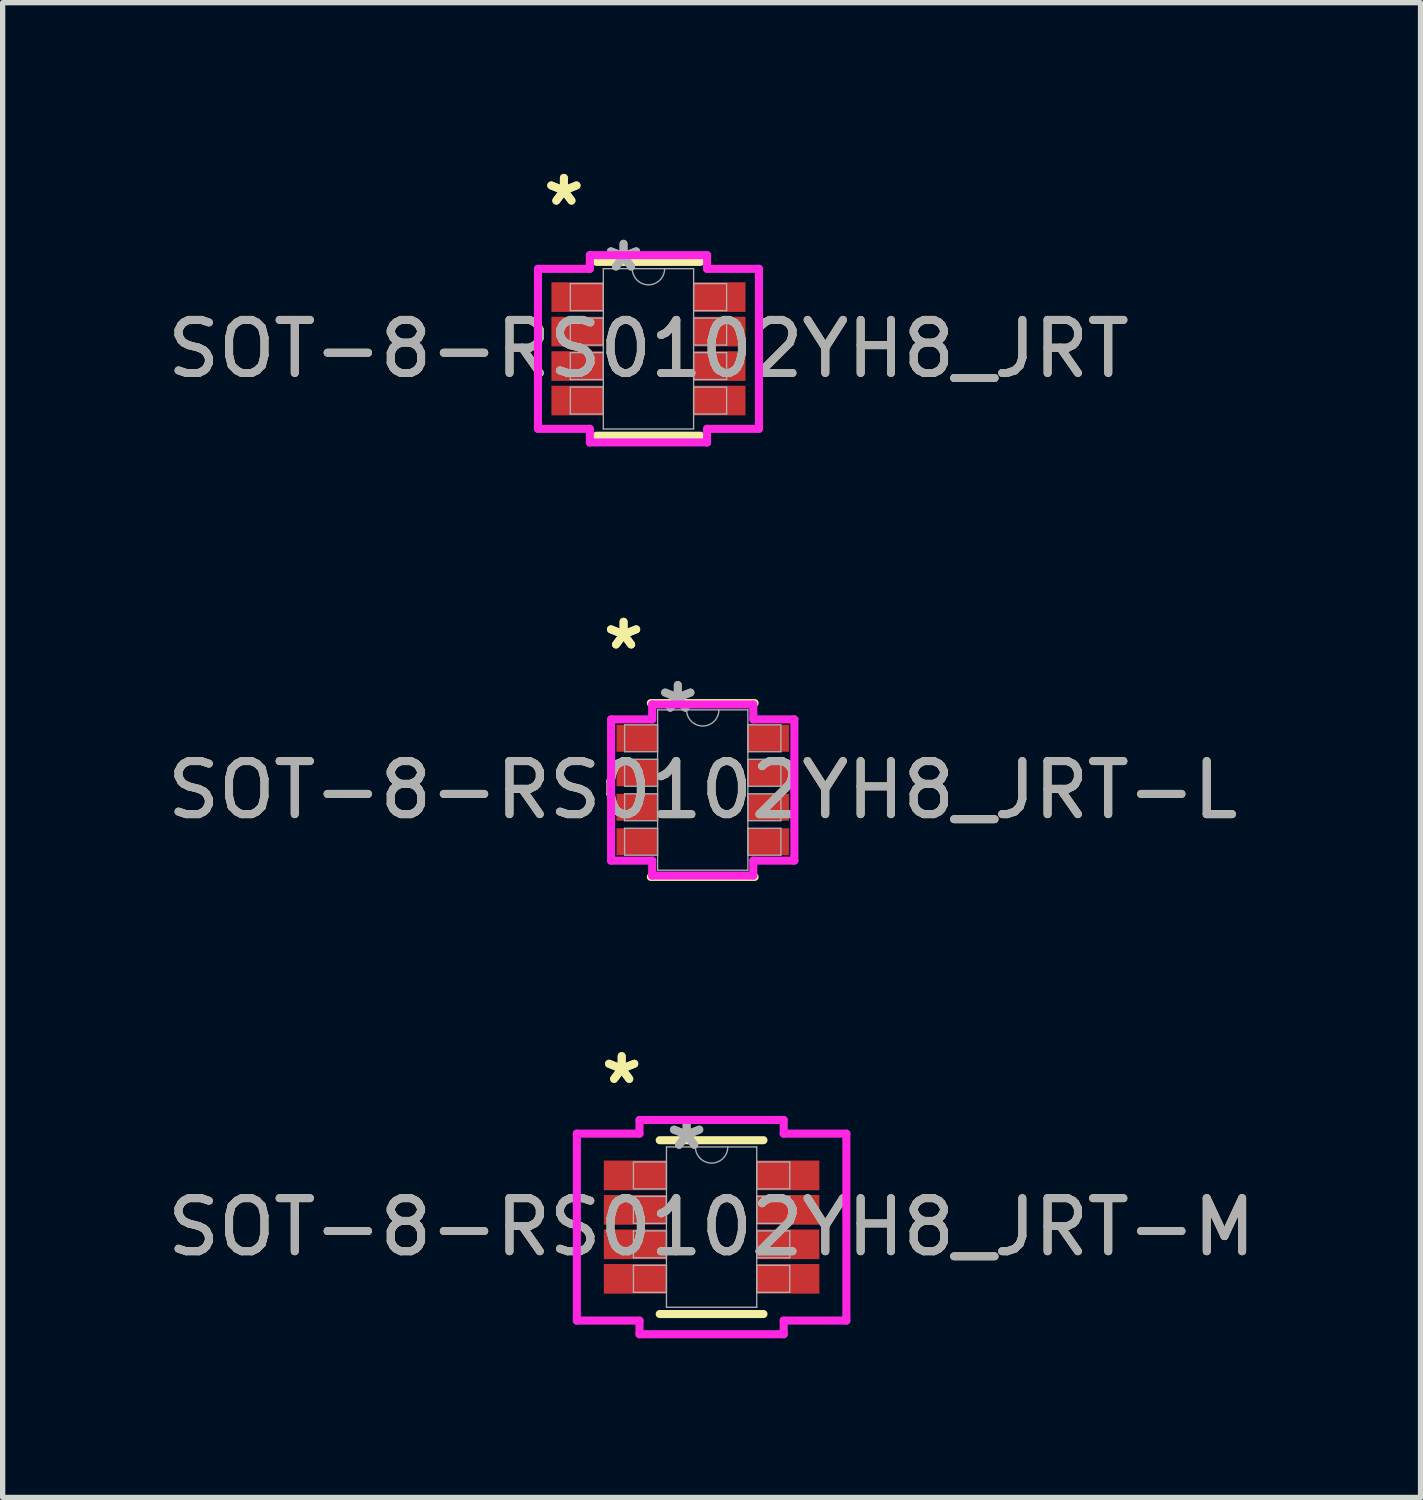
<source format=kicad_pcb>
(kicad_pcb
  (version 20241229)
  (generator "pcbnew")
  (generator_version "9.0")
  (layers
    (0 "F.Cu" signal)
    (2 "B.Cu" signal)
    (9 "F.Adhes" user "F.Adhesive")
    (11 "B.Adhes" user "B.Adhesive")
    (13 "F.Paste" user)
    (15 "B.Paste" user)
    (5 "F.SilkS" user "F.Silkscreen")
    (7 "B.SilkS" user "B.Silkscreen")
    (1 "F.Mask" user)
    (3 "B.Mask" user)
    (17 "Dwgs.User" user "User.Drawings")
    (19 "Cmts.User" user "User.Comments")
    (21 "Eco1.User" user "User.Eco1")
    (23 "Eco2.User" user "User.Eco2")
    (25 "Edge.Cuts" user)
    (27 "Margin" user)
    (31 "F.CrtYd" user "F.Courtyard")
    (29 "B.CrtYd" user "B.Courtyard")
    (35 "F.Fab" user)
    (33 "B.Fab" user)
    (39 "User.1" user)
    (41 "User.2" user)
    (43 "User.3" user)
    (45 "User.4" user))
  (footprint "SOT-8-RS0102YH8_JRT-L"
    (layer "F.Cu")
    (at 10.196 11.841)
    (property "Reference" "SOT-8-RS0102YH8_JRT-L" (at 0 0 0) (unlocked yes) (layer "F.SilkS") (effects (font (size 1 1) (thickness 0.15))))
    (attr smd)
    (fp_line (start -0.978 1.638) (end 0.978 1.638) (stroke (width 0.152) (type solid)) (layer "F.SilkS"))
    (fp_line (start 0.978 -1.638) (end -0.978 -1.638) (stroke (width 0.152) (type solid)) (layer "F.SilkS"))
    (fp_line (start -1.727 -1.331) (end -0.953 -1.331) (stroke (width 0.152) (type solid)) (layer "F.CrtYd"))
    (fp_line (start -1.727 1.331) (end -1.727 -1.331) (stroke (width 0.152) (type solid)) (layer "F.CrtYd"))
    (fp_line (start -1.727 1.331) (end -0.953 1.331) (stroke (width 0.152) (type solid)) (layer "F.CrtYd"))
    (fp_line (start -0.953 -1.613) (end 0.953 -1.613) (stroke (width 0.152) (type solid)) (layer "F.CrtYd"))
    (fp_line (start -0.953 -1.331) (end -0.953 -1.613) (stroke (width 0.152) (type solid)) (layer "F.CrtYd"))
    (fp_line (start -0.953 1.613) (end -0.953 1.331) (stroke (width 0.152) (type solid)) (layer "F.CrtYd"))
    (fp_line (start 0.953 -1.613) (end 0.953 -1.331) (stroke (width 0.152) (type solid)) (layer "F.CrtYd"))
    (fp_line (start 0.953 1.331) (end 0.953 1.613) (stroke (width 0.152) (type solid)) (layer "F.CrtYd"))
    (fp_line (start 0.953 1.613) (end -0.953 1.613) (stroke (width 0.152) (type solid)) (layer "F.CrtYd"))
    (fp_line (start 1.727 -1.331) (end 0.953 -1.331) (stroke (width 0.152) (type solid)) (layer "F.CrtYd"))
    (fp_line (start 1.727 -1.331) (end 1.727 1.331) (stroke (width 0.152) (type solid)) (layer "F.CrtYd"))
    (fp_line (start 1.727 1.331) (end 0.953 1.331) (stroke (width 0.152) (type solid)) (layer "F.CrtYd"))
    (fp_line (start -1.473 -1.229) (end -1.473 -0.721) (stroke (width 0.025) (type solid)) (layer "F.Fab"))
    (fp_line (start -1.473 -0.721) (end -0.851 -0.721) (stroke (width 0.025) (type solid)) (layer "F.Fab"))
    (fp_line (start -1.473 -0.579) (end -1.473 -0.071) (stroke (width 0.025) (type solid)) (layer "F.Fab"))
    (fp_line (start -1.473 -0.071) (end -0.851 -0.071) (stroke (width 0.025) (type solid)) (layer "F.Fab"))
    (fp_line (start -1.473 0.071) (end -1.473 0.579) (stroke (width 0.025) (type solid)) (layer "F.Fab"))
    (fp_line (start -1.473 0.579) (end -0.851 0.579) (stroke (width 0.025) (type solid)) (layer "F.Fab"))
    (fp_line (start -1.473 0.721) (end -1.473 1.229) (stroke (width 0.025) (type solid)) (layer "F.Fab"))
    (fp_line (start -1.473 1.229) (end -0.851 1.229) (stroke (width 0.025) (type solid)) (layer "F.Fab"))
    (fp_line (start -0.851 -1.511) (end -0.851 1.511) (stroke (width 0.025) (type solid)) (layer "F.Fab"))
    (fp_line (start -0.851 -1.229) (end -1.473 -1.229) (stroke (width 0.025) (type solid)) (layer "F.Fab"))
    (fp_line (start -0.851 -0.721) (end -0.851 -1.229) (stroke (width 0.025) (type solid)) (layer "F.Fab"))
    (fp_line (start -0.851 -0.579) (end -1.473 -0.579) (stroke (width 0.025) (type solid)) (layer "F.Fab"))
    (fp_line (start -0.851 -0.071) (end -0.851 -0.579) (stroke (width 0.025) (type solid)) (layer "F.Fab"))
    (fp_line (start -0.851 0.071) (end -1.473 0.071) (stroke (width 0.025) (type solid)) (layer "F.Fab"))
    (fp_line (start -0.851 0.579) (end -0.851 0.071) (stroke (width 0.025) (type solid)) (layer "F.Fab"))
    (fp_line (start -0.851 0.721) (end -1.473 0.721) (stroke (width 0.025) (type solid)) (layer "F.Fab"))
    (fp_line (start -0.851 1.229) (end -0.851 0.721) (stroke (width 0.025) (type solid)) (layer "F.Fab"))
    (fp_line (start -0.851 1.511) (end 0.851 1.511) (stroke (width 0.025) (type solid)) (layer "F.Fab"))
    (fp_line (start 0.851 -1.511) (end -0.851 -1.511) (stroke (width 0.025) (type solid)) (layer "F.Fab"))
    (fp_line (start 0.851 -1.229) (end 0.851 -0.721) (stroke (width 0.025) (type solid)) (layer "F.Fab"))
    (fp_line (start 0.851 -0.721) (end 1.473 -0.721) (stroke (width 0.025) (type solid)) (layer "F.Fab"))
    (fp_line (start 0.851 -0.579) (end 0.851 -0.071) (stroke (width 0.025) (type solid)) (layer "F.Fab"))
    (fp_line (start 0.851 -0.071) (end 1.473 -0.071) (stroke (width 0.025) (type solid)) (layer "F.Fab"))
    (fp_line (start 0.851 0.071) (end 0.851 0.579) (stroke (width 0.025) (type solid)) (layer "F.Fab"))
    (fp_line (start 0.851 0.579) (end 1.473 0.579) (stroke (width 0.025) (type solid)) (layer "F.Fab"))
    (fp_line (start 0.851 0.721) (end 0.851 1.229) (stroke (width 0.025) (type solid)) (layer "F.Fab"))
    (fp_line (start 0.851 1.229) (end 1.473 1.229) (stroke (width 0.025) (type solid)) (layer "F.Fab"))
    (fp_line (start 0.851 1.511) (end 0.851 -1.511) (stroke (width 0.025) (type solid)) (layer "F.Fab"))
    (fp_line (start 1.473 -1.229) (end 0.851 -1.229) (stroke (width 0.025) (type solid)) (layer "F.Fab"))
    (fp_line (start 1.473 -0.721) (end 1.473 -1.229) (stroke (width 0.025) (type solid)) (layer "F.Fab"))
    (fp_line (start 1.473 -0.579) (end 0.851 -0.579) (stroke (width 0.025) (type solid)) (layer "F.Fab"))
    (fp_line (start 1.473 -0.071) (end 1.473 -0.579) (stroke (width 0.025) (type solid)) (layer "F.Fab"))
    (fp_line (start 1.473 0.071) (end 0.851 0.071) (stroke (width 0.025) (type solid)) (layer "F.Fab"))
    (fp_line (start 1.473 0.579) (end 1.473 0.071) (stroke (width 0.025) (type solid)) (layer "F.Fab"))
    (fp_line (start 1.473 0.721) (end 0.851 0.721) (stroke (width 0.025) (type solid)) (layer "F.Fab"))
    (fp_line (start 1.473 1.229) (end 1.473 0.721) (stroke (width 0.025) (type solid)) (layer "F.Fab"))
    (fp_arc (start 0.3048 -1.5113) (mid 0 -1.2065) (end -0.3048 -1.5113) (stroke (width 0.0254) (type solid)) (layer "F.Fab"))
    (fp_text user "*" (at -1.492 -2.626 0) (layer "F.SilkS") (effects (font (size 1 1) (thickness 0.15))))
    (fp_text user "*" (at -1.492 -2.626 0) (unlocked yes) (layer "F.SilkS") (effects (font (size 1 1) (thickness 0.15))))
    (fp_text user "${REFERENCE}" (at 0 0 0) (unlocked yes) (layer "F.Fab") (effects (font (size 1 1) (thickness 0.15))))
    (fp_text user "*" (at -0.47 -1.435 0) (unlocked yes) (layer "F.Fab") (effects (font (size 1 1) (thickness 0.15))))
    (fp_text user "*" (at -0.47 -1.435 0) (layer "F.Fab") (effects (font (size 1 1) (thickness 0.15))))
    (pad "1" smd rect (at -1.238 -0.975) (size 0.775 0.508) (layers "F.Cu" "F.Mask" "F.Paste"))
    (pad "2" smd rect (at -1.238 -0.325) (size 0.775 0.508) (layers "F.Cu" "F.Mask" "F.Paste"))
    (pad "3" smd rect (at -1.238 0.325) (size 0.775 0.508) (layers "F.Cu" "F.Mask" "F.Paste"))
    (pad "4" smd rect (at -1.238 0.975) (size 0.775 0.508) (layers "F.Cu" "F.Mask" "F.Paste"))
    (pad "5" smd rect (at 1.238 0.975) (size 0.775 0.508) (layers "F.Cu" "F.Mask" "F.Paste"))
    (pad "6" smd rect (at 1.238 0.325) (size 0.775 0.508) (layers "F.Cu" "F.Mask" "F.Paste"))
    (pad "7" smd rect (at 1.238 -0.325) (size 0.775 0.508) (layers "F.Cu" "F.Mask" "F.Paste"))
    (pad "8" smd rect (at 1.238 -0.975) (size 0.775 0.508) (layers "F.Cu" "F.Mask" "F.Paste")))
  (footprint "SOT-8-RS0102YH8_JRT-M"
    (layer "F.Cu")
    (at 10.363 20.08)
    (property "Reference" "SOT-8-RS0102YH8_JRT-M" (at 0 0 0) (unlocked yes) (layer "F.SilkS") (effects (font (size 1 1) (thickness 0.15))))
    (attr smd)
    (fp_line (start -0.978 1.638) (end 0.978 1.638) (stroke (width 0.152) (type solid)) (layer "F.SilkS"))
    (fp_line (start 0.978 -1.638) (end -0.978 -1.638) (stroke (width 0.152) (type solid)) (layer "F.SilkS"))
    (fp_line (start -2.54 -1.762) (end -1.359 -1.762) (stroke (width 0.152) (type solid)) (layer "F.CrtYd"))
    (fp_line (start -2.54 1.762) (end -2.54 -1.762) (stroke (width 0.152) (type solid)) (layer "F.CrtYd"))
    (fp_line (start -2.54 1.762) (end -1.359 1.762) (stroke (width 0.152) (type solid)) (layer "F.CrtYd"))
    (fp_line (start -1.359 -2.019) (end 1.359 -2.019) (stroke (width 0.152) (type solid)) (layer "F.CrtYd"))
    (fp_line (start -1.359 -1.762) (end -1.359 -2.019) (stroke (width 0.152) (type solid)) (layer "F.CrtYd"))
    (fp_line (start -1.359 2.019) (end -1.359 1.762) (stroke (width 0.152) (type solid)) (layer "F.CrtYd"))
    (fp_line (start 1.359 -2.019) (end 1.359 -1.762) (stroke (width 0.152) (type solid)) (layer "F.CrtYd"))
    (fp_line (start 1.359 1.762) (end 1.359 2.019) (stroke (width 0.152) (type solid)) (layer "F.CrtYd"))
    (fp_line (start 1.359 2.019) (end -1.359 2.019) (stroke (width 0.152) (type solid)) (layer "F.CrtYd"))
    (fp_line (start 2.54 -1.762) (end 1.359 -1.762) (stroke (width 0.152) (type solid)) (layer "F.CrtYd"))
    (fp_line (start 2.54 -1.762) (end 2.54 1.762) (stroke (width 0.152) (type solid)) (layer "F.CrtYd"))
    (fp_line (start 2.54 1.762) (end 1.359 1.762) (stroke (width 0.152) (type solid)) (layer "F.CrtYd"))
    (fp_line (start -1.473 -1.229) (end -1.473 -0.721) (stroke (width 0.025) (type solid)) (layer "F.Fab"))
    (fp_line (start -1.473 -0.721) (end -0.851 -0.721) (stroke (width 0.025) (type solid)) (layer "F.Fab"))
    (fp_line (start -1.473 -0.579) (end -1.473 -0.071) (stroke (width 0.025) (type solid)) (layer "F.Fab"))
    (fp_line (start -1.473 -0.071) (end -0.851 -0.071) (stroke (width 0.025) (type solid)) (layer "F.Fab"))
    (fp_line (start -1.473 0.071) (end -1.473 0.579) (stroke (width 0.025) (type solid)) (layer "F.Fab"))
    (fp_line (start -1.473 0.579) (end -0.851 0.579) (stroke (width 0.025) (type solid)) (layer "F.Fab"))
    (fp_line (start -1.473 0.721) (end -1.473 1.229) (stroke (width 0.025) (type solid)) (layer "F.Fab"))
    (fp_line (start -1.473 1.229) (end -0.851 1.229) (stroke (width 0.025) (type solid)) (layer "F.Fab"))
    (fp_line (start -0.851 -1.511) (end -0.851 1.511) (stroke (width 0.025) (type solid)) (layer "F.Fab"))
    (fp_line (start -0.851 -1.229) (end -1.473 -1.229) (stroke (width 0.025) (type solid)) (layer "F.Fab"))
    (fp_line (start -0.851 -0.721) (end -0.851 -1.229) (stroke (width 0.025) (type solid)) (layer "F.Fab"))
    (fp_line (start -0.851 -0.579) (end -1.473 -0.579) (stroke (width 0.025) (type solid)) (layer "F.Fab"))
    (fp_line (start -0.851 -0.071) (end -0.851 -0.579) (stroke (width 0.025) (type solid)) (layer "F.Fab"))
    (fp_line (start -0.851 0.071) (end -1.473 0.071) (stroke (width 0.025) (type solid)) (layer "F.Fab"))
    (fp_line (start -0.851 0.579) (end -0.851 0.071) (stroke (width 0.025) (type solid)) (layer "F.Fab"))
    (fp_line (start -0.851 0.721) (end -1.473 0.721) (stroke (width 0.025) (type solid)) (layer "F.Fab"))
    (fp_line (start -0.851 1.229) (end -0.851 0.721) (stroke (width 0.025) (type solid)) (layer "F.Fab"))
    (fp_line (start -0.851 1.511) (end 0.851 1.511) (stroke (width 0.025) (type solid)) (layer "F.Fab"))
    (fp_line (start 0.851 -1.511) (end -0.851 -1.511) (stroke (width 0.025) (type solid)) (layer "F.Fab"))
    (fp_line (start 0.851 -1.229) (end 0.851 -0.721) (stroke (width 0.025) (type solid)) (layer "F.Fab"))
    (fp_line (start 0.851 -0.721) (end 1.473 -0.721) (stroke (width 0.025) (type solid)) (layer "F.Fab"))
    (fp_line (start 0.851 -0.579) (end 0.851 -0.071) (stroke (width 0.025) (type solid)) (layer "F.Fab"))
    (fp_line (start 0.851 -0.071) (end 1.473 -0.071) (stroke (width 0.025) (type solid)) (layer "F.Fab"))
    (fp_line (start 0.851 0.071) (end 0.851 0.579) (stroke (width 0.025) (type solid)) (layer "F.Fab"))
    (fp_line (start 0.851 0.579) (end 1.473 0.579) (stroke (width 0.025) (type solid)) (layer "F.Fab"))
    (fp_line (start 0.851 0.721) (end 0.851 1.229) (stroke (width 0.025) (type solid)) (layer "F.Fab"))
    (fp_line (start 0.851 1.229) (end 1.473 1.229) (stroke (width 0.025) (type solid)) (layer "F.Fab"))
    (fp_line (start 0.851 1.511) (end 0.851 -1.511) (stroke (width 0.025) (type solid)) (layer "F.Fab"))
    (fp_line (start 1.473 -1.229) (end 0.851 -1.229) (stroke (width 0.025) (type solid)) (layer "F.Fab"))
    (fp_line (start 1.473 -0.721) (end 1.473 -1.229) (stroke (width 0.025) (type solid)) (layer "F.Fab"))
    (fp_line (start 1.473 -0.579) (end 0.851 -0.579) (stroke (width 0.025) (type solid)) (layer "F.Fab"))
    (fp_line (start 1.473 -0.071) (end 1.473 -0.579) (stroke (width 0.025) (type solid)) (layer "F.Fab"))
    (fp_line (start 1.473 0.071) (end 0.851 0.071) (stroke (width 0.025) (type solid)) (layer "F.Fab"))
    (fp_line (start 1.473 0.579) (end 1.473 0.071) (stroke (width 0.025) (type solid)) (layer "F.Fab"))
    (fp_line (start 1.473 0.721) (end 0.851 0.721) (stroke (width 0.025) (type solid)) (layer "F.Fab"))
    (fp_line (start 1.473 1.229) (end 1.473 0.721) (stroke (width 0.025) (type solid)) (layer "F.Fab"))
    (fp_arc (start 0.3048 -1.5113) (mid 0 -1.2065) (end -0.3048 -1.5113) (stroke (width 0.0254) (type solid)) (layer "F.Fab"))
    (fp_text user "*" (at -1.695 -2.677 0) (unlocked yes) (layer "F.SilkS") (effects (font (size 1 1) (thickness 0.15))))
    (fp_text user "*" (at -1.695 -2.677 0) (layer "F.SilkS") (effects (font (size 1 1) (thickness 0.15))))
    (fp_text user "*" (at -0.47 -1.435 0) (unlocked yes) (layer "F.Fab") (effects (font (size 1 1) (thickness 0.15))))
    (fp_text user "*" (at -0.47 -1.435 0) (layer "F.Fab") (effects (font (size 1 1) (thickness 0.15))))
    (fp_text user "${REFERENCE}" (at 0 0 0) (unlocked yes) (layer "F.Fab") (effects (font (size 1 1) (thickness 0.15))))
    (pad "1" smd rect (at -1.441 -0.975) (size 1.181 0.559) (layers "F.Cu" "F.Mask" "F.Paste"))
    (pad "2" smd rect (at -1.441 -0.325) (size 1.181 0.559) (layers "F.Cu" "F.Mask" "F.Paste"))
    (pad "3" smd rect (at -1.441 0.325) (size 1.181 0.559) (layers "F.Cu" "F.Mask" "F.Paste"))
    (pad "4" smd rect (at -1.441 0.975) (size 1.181 0.559) (layers "F.Cu" "F.Mask" "F.Paste"))
    (pad "5" smd rect (at 1.441 0.975) (size 1.181 0.559) (layers "F.Cu" "F.Mask" "F.Paste"))
    (pad "6" smd rect (at 1.441 0.325) (size 1.181 0.559) (layers "F.Cu" "F.Mask" "F.Paste"))
    (pad "7" smd rect (at 1.441 -0.325) (size 1.181 0.559) (layers "F.Cu" "F.Mask" "F.Paste"))
    (pad "8" smd rect (at 1.441 -0.975) (size 1.181 0.559) (layers "F.Cu" "F.Mask" "F.Paste")))
  (footprint "SOT-8-RS0102YH8_JRT"
    (layer "F.Cu")
    (at 9.173 3.525)
    (property "Reference" "SOT-8-RS0102YH8_JRT" (at 0 0 0) (unlocked yes) (layer "F.SilkS") (effects (font (size 1 1) (thickness 0.15))))
    (attr smd)
    (fp_line (start -0.978 1.638) (end 0.978 1.638) (stroke (width 0.152) (type solid)) (layer "F.SilkS"))
    (fp_line (start 0.978 -1.638) (end -0.978 -1.638) (stroke (width 0.152) (type solid)) (layer "F.SilkS"))
    (fp_line (start -2.083 -1.508) (end -1.105 -1.508) (stroke (width 0.152) (type solid)) (layer "F.CrtYd"))
    (fp_line (start -2.083 1.508) (end -2.083 -1.508) (stroke (width 0.152) (type solid)) (layer "F.CrtYd"))
    (fp_line (start -2.083 1.508) (end -1.105 1.508) (stroke (width 0.152) (type solid)) (layer "F.CrtYd"))
    (fp_line (start -1.105 -1.765) (end 1.105 -1.765) (stroke (width 0.152) (type solid)) (layer "F.CrtYd"))
    (fp_line (start -1.105 -1.508) (end -1.105 -1.765) (stroke (width 0.152) (type solid)) (layer "F.CrtYd"))
    (fp_line (start -1.105 1.765) (end -1.105 1.508) (stroke (width 0.152) (type solid)) (layer "F.CrtYd"))
    (fp_line (start 1.105 -1.765) (end 1.105 -1.508) (stroke (width 0.152) (type solid)) (layer "F.CrtYd"))
    (fp_line (start 1.105 1.508) (end 1.105 1.765) (stroke (width 0.152) (type solid)) (layer "F.CrtYd"))
    (fp_line (start 1.105 1.765) (end -1.105 1.765) (stroke (width 0.152) (type solid)) (layer "F.CrtYd"))
    (fp_line (start 2.083 -1.508) (end 1.105 -1.508) (stroke (width 0.152) (type solid)) (layer "F.CrtYd"))
    (fp_line (start 2.083 -1.508) (end 2.083 1.508) (stroke (width 0.152) (type solid)) (layer "F.CrtYd"))
    (fp_line (start 2.083 1.508) (end 1.105 1.508) (stroke (width 0.152) (type solid)) (layer "F.CrtYd"))
    (fp_line (start -1.473 -1.229) (end -1.473 -0.721) (stroke (width 0.025) (type solid)) (layer "F.Fab"))
    (fp_line (start -1.473 -0.721) (end -0.851 -0.721) (stroke (width 0.025) (type solid)) (layer "F.Fab"))
    (fp_line (start -1.473 -0.579) (end -1.473 -0.071) (stroke (width 0.025) (type solid)) (layer "F.Fab"))
    (fp_line (start -1.473 -0.071) (end -0.851 -0.071) (stroke (width 0.025) (type solid)) (layer "F.Fab"))
    (fp_line (start -1.473 0.071) (end -1.473 0.579) (stroke (width 0.025) (type solid)) (layer "F.Fab"))
    (fp_line (start -1.473 0.579) (end -0.851 0.579) (stroke (width 0.025) (type solid)) (layer "F.Fab"))
    (fp_line (start -1.473 0.721) (end -1.473 1.229) (stroke (width 0.025) (type solid)) (layer "F.Fab"))
    (fp_line (start -1.473 1.229) (end -0.851 1.229) (stroke (width 0.025) (type solid)) (layer "F.Fab"))
    (fp_line (start -0.851 -1.511) (end -0.851 1.511) (stroke (width 0.025) (type solid)) (layer "F.Fab"))
    (fp_line (start -0.851 -1.229) (end -1.473 -1.229) (stroke (width 0.025) (type solid)) (layer "F.Fab"))
    (fp_line (start -0.851 -0.721) (end -0.851 -1.229) (stroke (width 0.025) (type solid)) (layer "F.Fab"))
    (fp_line (start -0.851 -0.579) (end -1.473 -0.579) (stroke (width 0.025) (type solid)) (layer "F.Fab"))
    (fp_line (start -0.851 -0.071) (end -0.851 -0.579) (stroke (width 0.025) (type solid)) (layer "F.Fab"))
    (fp_line (start -0.851 0.071) (end -1.473 0.071) (stroke (width 0.025) (type solid)) (layer "F.Fab"))
    (fp_line (start -0.851 0.579) (end -0.851 0.071) (stroke (width 0.025) (type solid)) (layer "F.Fab"))
    (fp_line (start -0.851 0.721) (end -1.473 0.721) (stroke (width 0.025) (type solid)) (layer "F.Fab"))
    (fp_line (start -0.851 1.229) (end -0.851 0.721) (stroke (width 0.025) (type solid)) (layer "F.Fab"))
    (fp_line (start -0.851 1.511) (end 0.851 1.511) (stroke (width 0.025) (type solid)) (layer "F.Fab"))
    (fp_line (start 0.851 -1.511) (end -0.851 -1.511) (stroke (width 0.025) (type solid)) (layer "F.Fab"))
    (fp_line (start 0.851 -1.229) (end 0.851 -0.721) (stroke (width 0.025) (type solid)) (layer "F.Fab"))
    (fp_line (start 0.851 -0.721) (end 1.473 -0.721) (stroke (width 0.025) (type solid)) (layer "F.Fab"))
    (fp_line (start 0.851 -0.579) (end 0.851 -0.071) (stroke (width 0.025) (type solid)) (layer "F.Fab"))
    (fp_line (start 0.851 -0.071) (end 1.473 -0.071) (stroke (width 0.025) (type solid)) (layer "F.Fab"))
    (fp_line (start 0.851 0.071) (end 0.851 0.579) (stroke (width 0.025) (type solid)) (layer "F.Fab"))
    (fp_line (start 0.851 0.579) (end 1.473 0.579) (stroke (width 0.025) (type solid)) (layer "F.Fab"))
    (fp_line (start 0.851 0.721) (end 0.851 1.229) (stroke (width 0.025) (type solid)) (layer "F.Fab"))
    (fp_line (start 0.851 1.229) (end 1.473 1.229) (stroke (width 0.025) (type solid)) (layer "F.Fab"))
    (fp_line (start 0.851 1.511) (end 0.851 -1.511) (stroke (width 0.025) (type solid)) (layer "F.Fab"))
    (fp_line (start 1.473 -1.229) (end 0.851 -1.229) (stroke (width 0.025) (type solid)) (layer "F.Fab"))
    (fp_line (start 1.473 -0.721) (end 1.473 -1.229) (stroke (width 0.025) (type solid)) (layer "F.Fab"))
    (fp_line (start 1.473 -0.579) (end 0.851 -0.579) (stroke (width 0.025) (type solid)) (layer "F.Fab"))
    (fp_line (start 1.473 -0.071) (end 1.473 -0.579) (stroke (width 0.025) (type solid)) (layer "F.Fab"))
    (fp_line (start 1.473 0.071) (end 0.851 0.071) (stroke (width 0.025) (type solid)) (layer "F.Fab"))
    (fp_line (start 1.473 0.579) (end 1.473 0.071) (stroke (width 0.025) (type solid)) (layer "F.Fab"))
    (fp_line (start 1.473 0.721) (end 0.851 0.721) (stroke (width 0.025) (type solid)) (layer "F.Fab"))
    (fp_line (start 1.473 1.229) (end 1.473 0.721) (stroke (width 0.025) (type solid)) (layer "F.Fab"))
    (fp_arc (start 0.3048 -1.5113) (mid 0 -1.2065) (end -0.3048 -1.5113) (stroke (width 0.0254) (type solid)) (layer "F.Fab"))
    (fp_text user "*" (at -1.594 -2.677 0) (layer "F.SilkS") (effects (font (size 1 1) (thickness 0.15))))
    (fp_text user "*" (at -1.594 -2.677 0) (unlocked yes) (layer "F.SilkS") (effects (font (size 1 1) (thickness 0.15))))
    (fp_text user "${REFERENCE}" (at 0 0 0) (unlocked yes) (layer "F.Fab") (effects (font (size 1 1) (thickness 0.15))))
    (fp_text user "*" (at -0.47 -1.435 0) (layer "F.Fab") (effects (font (size 1 1) (thickness 0.15))))
    (fp_text user "*" (at -0.47 -1.435 0) (unlocked yes) (layer "F.Fab") (effects (font (size 1 1) (thickness 0.15))))
    (pad "1" smd rect (at -1.34 -0.975) (size 0.978 0.559) (layers "F.Cu" "F.Mask" "F.Paste"))
    (pad "2" smd rect (at -1.34 -0.325) (size 0.978 0.559) (layers "F.Cu" "F.Mask" "F.Paste"))
    (pad "3" smd rect (at -1.34 0.325) (size 0.978 0.559) (layers "F.Cu" "F.Mask" "F.Paste"))
    (pad "4" smd rect (at -1.34 0.975) (size 0.978 0.559) (layers "F.Cu" "F.Mask" "F.Paste"))
    (pad "5" smd rect (at 1.34 0.975) (size 0.978 0.559) (layers "F.Cu" "F.Mask" "F.Paste"))
    (pad "6" smd rect (at 1.34 0.325) (size 0.978 0.559) (layers "F.Cu" "F.Mask" "F.Paste"))
    (pad "7" smd rect (at 1.34 -0.325) (size 0.978 0.559) (layers "F.Cu" "F.Mask" "F.Paste"))
    (pad "8" smd rect (at 1.34 -0.975) (size 0.978 0.559) (layers "F.Cu" "F.Mask" "F.Paste")))
  (gr_rect
    (start -3 -3)
    (end 23.726 25.176)
    (stroke (width 0.1) (type default))
    (fill no)
    (layer "Edge.Cuts")))
</source>
